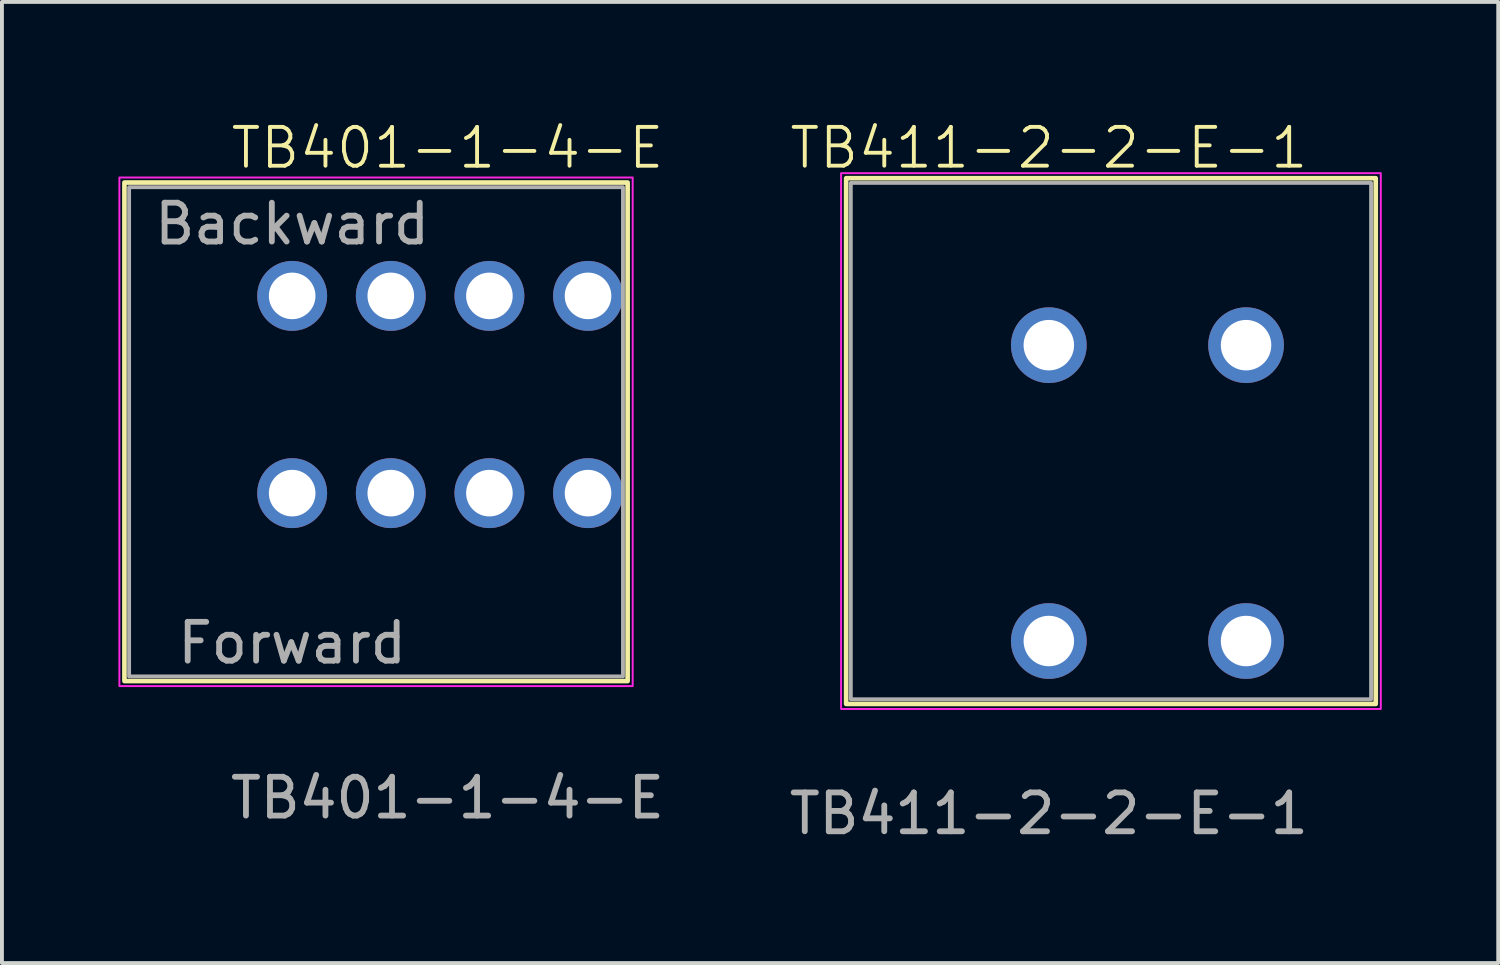
<source format=kicad_pcb>
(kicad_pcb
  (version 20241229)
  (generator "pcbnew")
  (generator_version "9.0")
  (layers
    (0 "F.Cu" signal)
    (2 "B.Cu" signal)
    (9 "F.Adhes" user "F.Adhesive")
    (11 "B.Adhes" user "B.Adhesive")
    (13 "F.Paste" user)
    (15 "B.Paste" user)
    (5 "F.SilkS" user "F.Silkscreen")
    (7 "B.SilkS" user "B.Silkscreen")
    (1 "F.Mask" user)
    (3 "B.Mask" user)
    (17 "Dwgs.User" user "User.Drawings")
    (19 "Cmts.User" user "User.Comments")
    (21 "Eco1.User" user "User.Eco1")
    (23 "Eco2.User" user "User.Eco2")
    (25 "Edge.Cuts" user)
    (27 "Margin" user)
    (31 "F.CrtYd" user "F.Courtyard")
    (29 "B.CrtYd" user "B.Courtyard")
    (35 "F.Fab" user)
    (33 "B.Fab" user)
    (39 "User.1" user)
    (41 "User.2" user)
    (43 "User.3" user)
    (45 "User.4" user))
  (footprint "TB411-2-2-E-1"
    (layer "F.Cu")
    (at 23.963 5.84)
    (property "Reference" "TB411-2-2-E-1" (at 0 -5.08 0) (unlocked yes) (layer "F.SilkS") (effects (font (size 1 1) (thickness 0.1))))
    (attr through_hole)
    (fp_rect (start -5.22 -4.3) (end 8.42 9.24) (stroke (width 0.12) (type default)) (fill no) (layer "F.SilkS"))
    (fp_rect (start -5.35 -4.43) (end 8.55 9.37) (stroke (width 0.05) (type default)) (fill no) (layer "F.CrtYd"))
    (fp_rect (start -5.1 -4.18) (end 8.3 9.12) (stroke (width 0.1) (type default)) (fill no) (layer "F.Fab"))
    (fp_text user "${REFERENCE}" (at 0 12.065 0) (unlocked yes) (layer "F.Fab") (effects (font (size 1 1) (thickness 0.15))))
    (pad "1" thru_hole circle (at 0 0) (size 1.95 1.95) (drill 1.3) (layers "*.Cu" "*.Mask"))
    (pad "1" thru_hole circle (at 0 7.62) (size 1.95 1.95) (drill 1.3) (layers "*.Cu" "*.Mask"))
    (pad "2" thru_hole circle (at 5.08 0) (size 1.95 1.95) (drill 1.3) (layers "*.Cu" "*.Mask"))
    (pad "2" thru_hole circle (at 5.08 7.62) (size 1.95 1.95) (drill 1.3) (layers "*.Cu" "*.Mask")))
  (footprint "TB401-1-4-E"
    (layer "F.Cu")
    (at 8.475 4.571)
    (property "Reference" "TB401-1-4-E" (at 0 -3.81 0) (unlocked yes) (layer "F.SilkS") (effects (font (size 1 1) (thickness 0.1))))
    (attr through_hole)
    (fp_rect (start 4.64 9.92) (end -8.32 -2.92) (stroke (width 0.12) (type default)) (fill no) (layer "F.SilkS"))
    (fp_rect (start 4.77 -3.05) (end -8.45 10.05) (stroke (width 0.05) (type default)) (fill no) (layer "F.CrtYd"))
    (fp_rect (start 4.52 -2.8) (end -8.2 9.8) (stroke (width 0.1) (type default)) (fill no) (layer "F.Fab"))
    (fp_text user "Forward" (at -4 9.525 0) (unlocked yes) (layer "F.Fab") (effects (font (size 1 1) (thickness 0.15)) (justify bottom)))
    (fp_text user "Backward" (at -4 -1.27 0) (unlocked yes) (layer "F.Fab") (effects (font (size 1 1) (thickness 0.15)) (justify bottom)))
    (fp_text user "${REFERENCE}" (at 0 12.93 0) (unlocked yes) (layer "F.Fab") (effects (font (size 1 1) (thickness 0.15))))
    (pad "1" thru_hole circle (at -4 0) (size 1.8 1.8) (drill 1.2) (layers "*.Cu" "*.Mask"))
    (pad "1" thru_hole circle (at -4 5.08) (size 1.8 1.8) (drill 1.2) (layers "*.Cu" "*.Mask"))
    (pad "2" thru_hole circle (at -1.46 0) (size 1.8 1.8) (drill 1.2) (layers "*.Cu" "*.Mask"))
    (pad "2" thru_hole circle (at -1.46 5.08) (size 1.8 1.8) (drill 1.2) (layers "*.Cu" "*.Mask"))
    (pad "3" thru_hole circle (at 1.08 0) (size 1.8 1.8) (drill 1.2) (layers "*.Cu" "*.Mask"))
    (pad "3" thru_hole circle (at 1.08 5.08) (size 1.8 1.8) (drill 1.2) (layers "*.Cu" "*.Mask"))
    (pad "4" thru_hole circle (at 3.62 0) (size 1.8 1.8) (drill 1.2) (layers "*.Cu" "*.Mask"))
    (pad "4" thru_hole circle (at 3.62 5.08) (size 1.8 1.8) (drill 1.2) (layers "*.Cu" "*.Mask")))
  (gr_rect
    (start -3 -3)
    (end 35.538 21.754)
    (stroke (width 0.1) (type default))
    (fill no)
    (layer "Edge.Cuts")))
</source>
